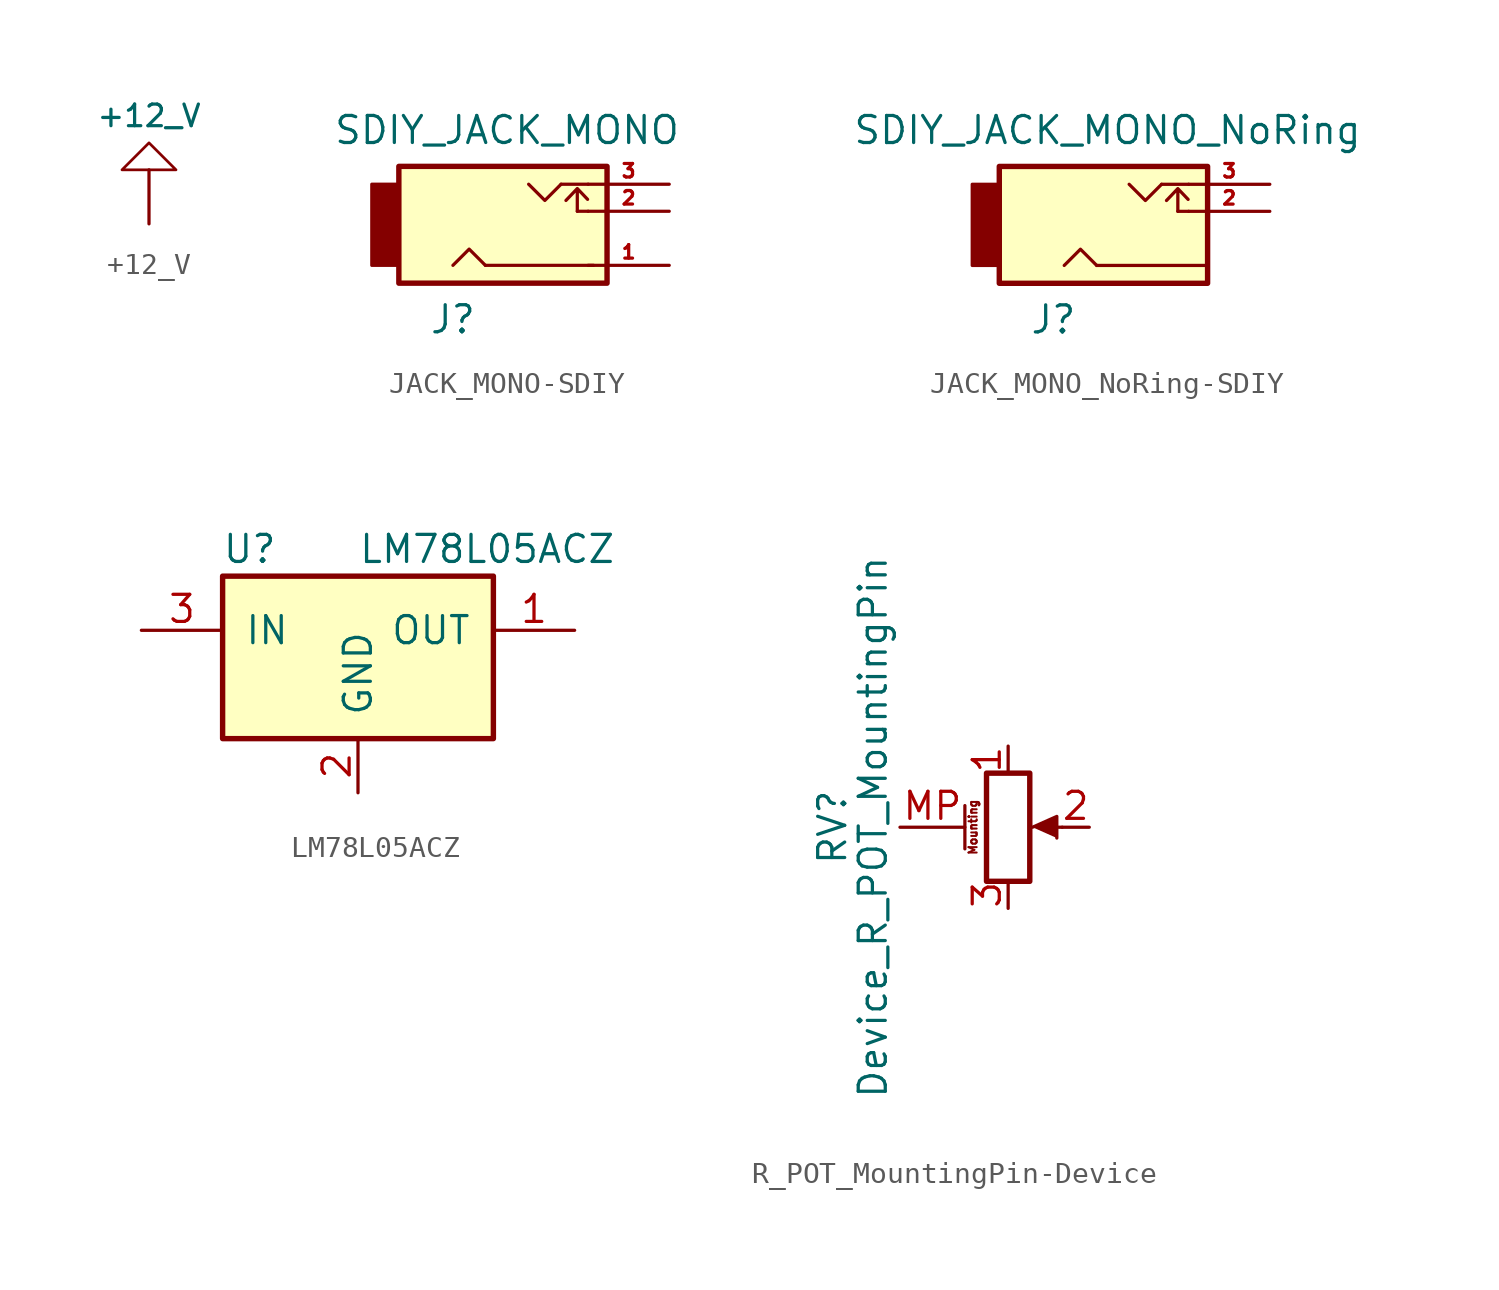
<source format=kicad_sym>
(kicad_symbol_lib
  (version 20220914)
  (generator kicad_symbol_editor)
  (symbol "+12_V"
    (power)
    (pin_names
      (offset 0))
    (property "Reference" "V"
      (at -1.27 1.27 0)
      (effects (font (size 1.016 1.016)) hide))
    (property "Value" "+12_V"
      (at 0 5.08 0)
      (effects (font (size 1.016 1.016))))
    (symbol "+12_V_0_1"
      (polyline (pts (xy 0 2.54) (xy 0 0)) (stroke (width 0) (type solid)) (fill (type none)))
      (polyline (pts (xy -1.27 2.54) (xy 1.27 2.54) (xy 0 3.81) (xy -1.27 2.54)) (stroke (width 0.127) (type solid)) (fill (type none))))
    (symbol "+12_V_1_1"
      (pin power_in line (at 0 0 90) (length 0) hide (name "+12V" (effects (font (size 0.635 0.635)))) (number "1" (effects (font (size 1.27 1.27)))))))
  (symbol "JACK_MONO-SDIY"
    (pin_names
      (offset 1.016))
    (property "Reference" "J"
      (at 1.27 -5.08 0)
      (effects (font (size 1.27 1.27))))
    (property "Value" "SDIY_JACK_MONO"
      (at 3.81 3.81 0)
      (effects (font (size 1.27 1.27))))
    (symbol "JACK_MONO-SDIY_0_1"
      (rectangle (start -1.27 1.27) (end -2.54 -2.54) (stroke (width 0) (type solid)) (fill (type outline)))
      (polyline (pts (xy 6.35 1.27) (xy 7.62 1.27)) (stroke (width 0) (type solid)) (fill (type none)))
      (polyline (pts (xy 7.112 0) (xy 7.62 0)) (stroke (width 0) (type solid)) (fill (type none)))
      (polyline (pts (xy 2.794 -2.54) (xy 2.032 -1.778) (xy 1.27 -2.54)) (stroke (width 0) (type solid)) (fill (type none)))
      (polyline (pts (xy 6.35 1.27) (xy 5.588 0.508) (xy 4.826 1.27)) (stroke (width 0) (type solid)) (fill (type none)))
      (polyline (pts (xy 2.794 -2.54) (xy 7.874 -2.54) (xy 7.874 -2.54) (xy 7.874 -2.54)) (stroke (width 0) (type solid)) (fill (type none)))
      (polyline (pts (xy 7.112 0) (xy 7.112 1.067) (xy 6.579 0.508) (xy 7.112 1.067) (xy 7.595 0.559)) (stroke (width 0) (type solid)) (fill (type none)))
      (rectangle (start 8.509 -3.378) (end -1.27 2.108) (stroke (width 0.254) (type solid)) (fill (type background))))
    (symbol "JACK_MONO-SDIY_1_1"
      (pin passive line (at 11.43 -2.54 180) (length 3.81) (name "~" (effects (font (size 0.635 0.635)))) (number "1" (effects (font (size 0.635 0.635)))))
      (pin passive line (at 11.43 0 180) (length 3.81) (name "~" (effects (font (size 0.635 0.635)))) (number "2" (effects (font (size 0.635 0.635)))))
      (pin passive line (at 11.43 1.27 180) (length 3.81) (name "~" (effects (font (size 0.635 0.635)))) (number "3" (effects (font (size 0.635 0.635)))))))
  (symbol "JACK_MONO_NoRing-SDIY"
    (pin_names
      (offset 1.016))
    (property "Reference" "J"
      (at 1.27 -5.08 0)
      (effects (font (size 1.27 1.27))))
    (property "Value" "SDIY_JACK_MONO_NoRing"
      (at 3.81 3.81 0)
      (effects (font (size 1.27 1.27))))
    (symbol "JACK_MONO_NoRing-SDIY_0_1"
      (rectangle (start -1.27 1.27) (end -2.54 -2.54) (stroke (width 0) (type solid)) (fill (type outline)))
      (polyline (pts (xy 6.35 1.27) (xy 7.62 1.27)) (stroke (width 0) (type solid)) (fill (type none)))
      (polyline (pts (xy 7.112 0) (xy 7.62 0)) (stroke (width 0) (type solid)) (fill (type none)))
      (polyline (pts (xy 3.302 -2.54) (xy 2.54 -1.778) (xy 1.778 -2.54)) (stroke (width 0) (type solid)) (fill (type none)))
      (polyline (pts (xy 6.35 1.27) (xy 5.588 0.508) (xy 4.826 1.27)) (stroke (width 0) (type solid)) (fill (type none)))
      (polyline (pts (xy 3.302 -2.54) (xy 8.382 -2.54) (xy 8.382 -2.54) (xy 8.382 -2.54)) (stroke (width 0) (type solid)) (fill (type none)))
      (polyline (pts (xy 7.112 0) (xy 7.112 1.067) (xy 6.579 0.508) (xy 7.112 1.067) (xy 7.595 0.559)) (stroke (width 0) (type solid)) (fill (type none)))
      (rectangle (start 8.509 -3.378) (end -1.27 2.108) (stroke (width 0.254) (type solid)) (fill (type background))))
    (symbol "JACK_MONO_NoRing-SDIY_1_1"
      (pin passive line (at 11.43 0 180) (length 3.81) (name "~" (effects (font (size 0.635 0.635)))) (number "2" (effects (font (size 0.635 0.635)))))
      (pin passive line (at 11.43 1.27 180) (length 3.81) (name "~" (effects (font (size 0.635 0.635)))) (number "3" (effects (font (size 0.635 0.635)))))))
  (symbol "LM78L05ACZ"
    (pin_names
      (offset 1.016))
    (property "Reference" "U"
      (at -5.08 5.08 0)
      (effects (font (size 1.27 1.27))))
    (property "Value" "LM78L05ACZ"
      (at 0 5.08 0)
      (effects (font (size 1.27 1.27)) (justify left)))
    (symbol "LM78L05ACZ_0_1"
      (rectangle (start -6.35 3.81) (end 6.35 -3.81) (stroke (width 0.254) (type solid)) (fill (type background))))
    (symbol "LM78L05ACZ_1_1"
      (pin power_out line (at 10.16 1.27 180) (length 3.81) (name "OUT" (effects (font (size 1.27 1.27)))) (number "1" (effects (font (size 1.27 1.27)))))
      (pin power_in line (at 0 -6.35 90) (length 2.54) (name "GND" (effects (font (size 1.27 1.27)))) (number "2" (effects (font (size 1.27 1.27)))))
      (pin input line (at -10.16 1.27 0) (length 3.81) (name "IN" (effects (font (size 1.27 1.27)))) (number "3" (effects (font (size 1.27 1.27)))))))
  (symbol "R_POT_MountingPin-Device"
    (pin_names
      (offset 1.016) hide)
    (property "Reference" "RV"
      (at -8.255 0 90)
      (effects (font (size 1.27 1.27))))
    (property "Value" "Device_R_POT_MountingPin"
      (at -6.35 0 90)
      (effects (font (size 1.27 1.27))))
    (symbol "R_POT_MountingPin-Device_0_1"
      (polyline (pts (xy 2.54 0) (xy 1.524 0)) (stroke (width 0) (type solid)) (fill (type none)))
      (polyline (pts (xy 1.143 0) (xy 2.286 0.508) (xy 2.286 -0.508)) (stroke (width 0) (type solid)) (fill (type outline)))
      (rectangle (start 1.016 2.54) (end -1.016 -2.54) (stroke (width 0.254) (type solid)) (fill (type none))))
    (symbol "R_POT_MountingPin-Device_1_1"
      (polyline (pts (xy -2.032 1.016) (xy -2.032 -1.016)) (stroke (width 0.152) (type solid)) (fill (type none)))
      (text "Mounting" (at -1.651 0 900) (effects (font (size 0.381 0.381))))
      (pin passive line (at 0 3.81 270) (length 1.27) (name "1" (effects (font (size 1.27 1.27)))) (number "1" (effects (font (size 1.27 1.27)))))
      (pin passive line (at 3.81 0 180) (length 1.27) (name "2" (effects (font (size 1.27 1.27)))) (number "2" (effects (font (size 1.27 1.27)))))
      (pin passive line (at 0 -3.81 90) (length 1.27) (name "3" (effects (font (size 1.27 1.27)))) (number "3" (effects (font (size 1.27 1.27)))))
      (pin passive line (at -5.08 0 0) (length 3.048) (name "MountPin" (effects (font (size 1.27 1.27)))) (number "MP" (effects (font (size 1.27 1.27))))))))
</source>
